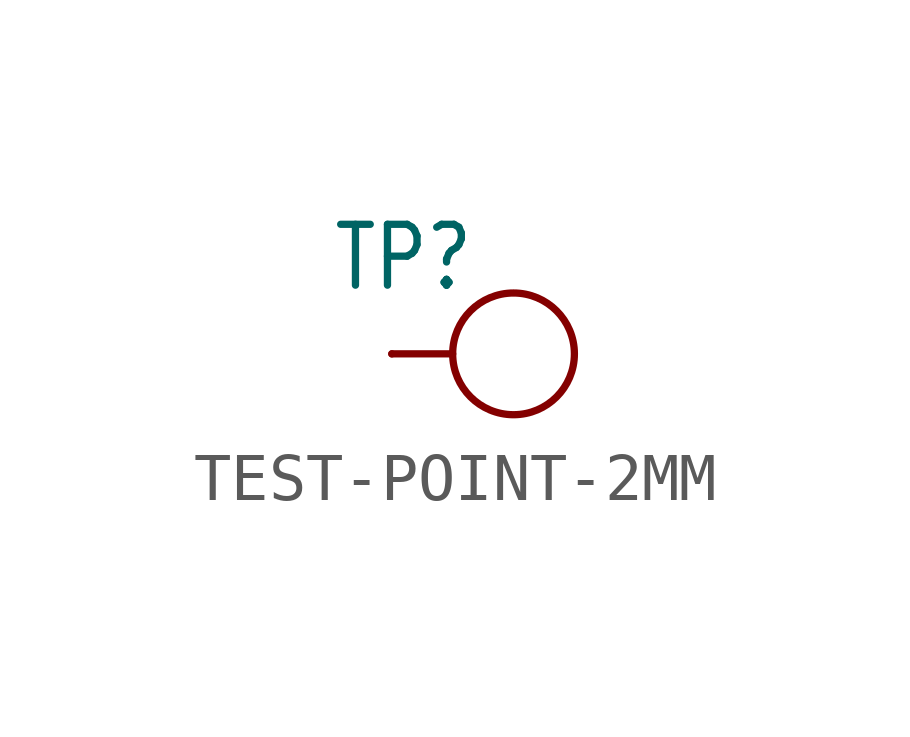
<source format=kicad_sym>
(kicad_symbol_lib
  (version 20211014)
  (generator kicad_symbol_editor)
  (symbol "TEST-POINT-2MM"
    (property "Reference" "TP"
      (at -3.81 1.27 0)
      (effects (font (size 1.27 1.079)) (justify left bottom)))
    (property "ki_locked" ""
      (at 0 0 0)
      (effects (font (size 1.27 1.27))))
    (symbol "TEST-POINT-2MM_1_0"
      (polyline (pts (xy -2.54 0) (xy -1.27 0)) (stroke (width 0.152) (type default) (color 0 0 0 0)) (fill (type none)))
      (circle (center 0 0) (radius 1.27) (stroke (width 0.152) (type default) (color 0 0 0 0)) (fill (type none)))
      (pin bidirectional line (at -2.54 0 0) (length 0) (name "T" (effects (font (size 0 0)))) (number "1" (effects (font (size 0 0))))))))
</source>
